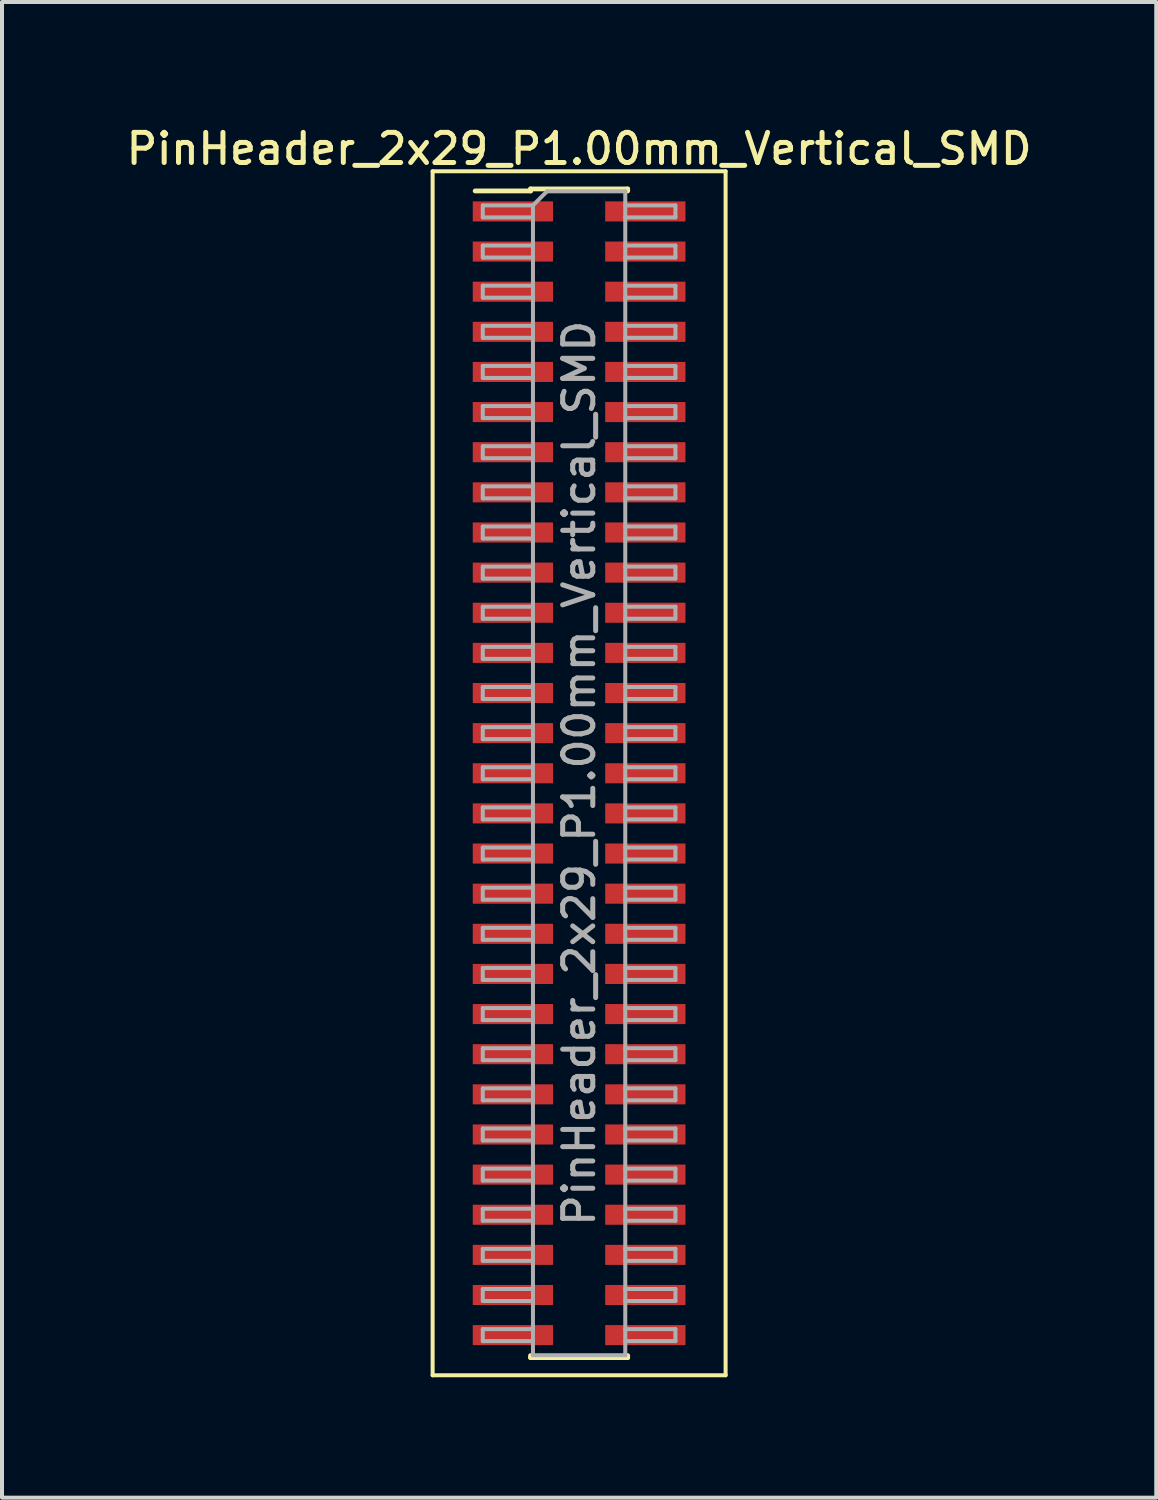
<source format=kicad_pcb>
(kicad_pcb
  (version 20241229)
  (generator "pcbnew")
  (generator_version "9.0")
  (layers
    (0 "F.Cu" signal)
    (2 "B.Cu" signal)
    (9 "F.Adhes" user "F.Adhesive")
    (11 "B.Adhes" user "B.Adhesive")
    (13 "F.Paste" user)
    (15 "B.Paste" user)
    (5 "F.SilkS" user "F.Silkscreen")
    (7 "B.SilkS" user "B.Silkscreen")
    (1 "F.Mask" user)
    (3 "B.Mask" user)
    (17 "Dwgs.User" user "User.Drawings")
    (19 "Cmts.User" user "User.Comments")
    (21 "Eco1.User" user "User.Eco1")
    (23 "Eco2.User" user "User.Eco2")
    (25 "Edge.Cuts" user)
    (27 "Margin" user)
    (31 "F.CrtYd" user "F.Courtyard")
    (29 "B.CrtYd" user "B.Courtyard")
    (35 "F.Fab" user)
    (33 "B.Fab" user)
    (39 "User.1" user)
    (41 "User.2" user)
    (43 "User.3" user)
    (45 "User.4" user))
  (footprint "PinHeader_2x29_P1.00mm_Vertical_SMD"
    (layer "F.Cu")
    (at 11.38 16.218)
    (property "Reference" "PinHeader_2x29_P1.00mm_Vertical_SMD" (at 0 -15.56 0) (layer "F.SilkS") (effects (font (size 0.75 0.75) (thickness 0.125))))
    (attr smd)
    (fp_line (start -3.65 -15) (end -3.65 15) (stroke (width 0.1) (type solid)) (layer "F.SilkS"))
    (fp_line (start -3.65 15) (end 3.65 15) (stroke (width 0.1) (type solid)) (layer "F.SilkS"))
    (fp_line (start -2.59 -14.51) (end -1.21 -14.51) (stroke (width 0.12) (type solid)) (layer "F.SilkS"))
    (fp_line (start -1.21 -14.56) (end -1.21 -14.51) (stroke (width 0.12) (type solid)) (layer "F.SilkS"))
    (fp_line (start -1.21 -14.56) (end 1.21 -14.56) (stroke (width 0.12) (type solid)) (layer "F.SilkS"))
    (fp_line (start -1.21 14.51) (end -1.21 14.56) (stroke (width 0.12) (type solid)) (layer "F.SilkS"))
    (fp_line (start -1.21 14.56) (end 1.21 14.56) (stroke (width 0.12) (type solid)) (layer "F.SilkS"))
    (fp_line (start 1.21 -14.56) (end 1.21 -14.51) (stroke (width 0.12) (type solid)) (layer "F.SilkS"))
    (fp_line (start 1.21 14.51) (end 1.21 14.56) (stroke (width 0.12) (type solid)) (layer "F.SilkS"))
    (fp_line (start 3.65 -15) (end -3.65 -15) (stroke (width 0.1) (type solid)) (layer "F.SilkS"))
    (fp_line (start 3.65 15) (end 3.65 -15) (stroke (width 0.1) (type solid)) (layer "F.SilkS"))
    (fp_line (start -2.4 -14.15) (end -2.4 -13.85) (stroke (width 0.1) (type solid)) (layer "F.Fab"))
    (fp_line (start -2.4 -13.85) (end -1.15 -13.85) (stroke (width 0.1) (type solid)) (layer "F.Fab"))
    (fp_line (start -2.4 -13.15) (end -2.4 -12.85) (stroke (width 0.1) (type solid)) (layer "F.Fab"))
    (fp_line (start -2.4 -12.85) (end -1.15 -12.85) (stroke (width 0.1) (type solid)) (layer "F.Fab"))
    (fp_line (start -2.4 -12.15) (end -2.4 -11.85) (stroke (width 0.1) (type solid)) (layer "F.Fab"))
    (fp_line (start -2.4 -11.85) (end -1.15 -11.85) (stroke (width 0.1) (type solid)) (layer "F.Fab"))
    (fp_line (start -2.4 -11.15) (end -2.4 -10.85) (stroke (width 0.1) (type solid)) (layer "F.Fab"))
    (fp_line (start -2.4 -10.85) (end -1.15 -10.85) (stroke (width 0.1) (type solid)) (layer "F.Fab"))
    (fp_line (start -2.4 -10.15) (end -2.4 -9.85) (stroke (width 0.1) (type solid)) (layer "F.Fab"))
    (fp_line (start -2.4 -9.85) (end -1.15 -9.85) (stroke (width 0.1) (type solid)) (layer "F.Fab"))
    (fp_line (start -2.4 -9.15) (end -2.4 -8.85) (stroke (width 0.1) (type solid)) (layer "F.Fab"))
    (fp_line (start -2.4 -8.85) (end -1.15 -8.85) (stroke (width 0.1) (type solid)) (layer "F.Fab"))
    (fp_line (start -2.4 -8.15) (end -2.4 -7.85) (stroke (width 0.1) (type solid)) (layer "F.Fab"))
    (fp_line (start -2.4 -7.85) (end -1.15 -7.85) (stroke (width 0.1) (type solid)) (layer "F.Fab"))
    (fp_line (start -2.4 -7.15) (end -2.4 -6.85) (stroke (width 0.1) (type solid)) (layer "F.Fab"))
    (fp_line (start -2.4 -6.85) (end -1.15 -6.85) (stroke (width 0.1) (type solid)) (layer "F.Fab"))
    (fp_line (start -2.4 -6.15) (end -2.4 -5.85) (stroke (width 0.1) (type solid)) (layer "F.Fab"))
    (fp_line (start -2.4 -5.85) (end -1.15 -5.85) (stroke (width 0.1) (type solid)) (layer "F.Fab"))
    (fp_line (start -2.4 -5.15) (end -2.4 -4.85) (stroke (width 0.1) (type solid)) (layer "F.Fab"))
    (fp_line (start -2.4 -4.85) (end -1.15 -4.85) (stroke (width 0.1) (type solid)) (layer "F.Fab"))
    (fp_line (start -2.4 -4.15) (end -2.4 -3.85) (stroke (width 0.1) (type solid)) (layer "F.Fab"))
    (fp_line (start -2.4 -3.85) (end -1.15 -3.85) (stroke (width 0.1) (type solid)) (layer "F.Fab"))
    (fp_line (start -2.4 -3.15) (end -2.4 -2.85) (stroke (width 0.1) (type solid)) (layer "F.Fab"))
    (fp_line (start -2.4 -2.85) (end -1.15 -2.85) (stroke (width 0.1) (type solid)) (layer "F.Fab"))
    (fp_line (start -2.4 -2.15) (end -2.4 -1.85) (stroke (width 0.1) (type solid)) (layer "F.Fab"))
    (fp_line (start -2.4 -1.85) (end -1.15 -1.85) (stroke (width 0.1) (type solid)) (layer "F.Fab"))
    (fp_line (start -2.4 -1.15) (end -2.4 -0.85) (stroke (width 0.1) (type solid)) (layer "F.Fab"))
    (fp_line (start -2.4 -0.85) (end -1.15 -0.85) (stroke (width 0.1) (type solid)) (layer "F.Fab"))
    (fp_line (start -2.4 -0.15) (end -2.4 0.15) (stroke (width 0.1) (type solid)) (layer "F.Fab"))
    (fp_line (start -2.4 0.15) (end -1.15 0.15) (stroke (width 0.1) (type solid)) (layer "F.Fab"))
    (fp_line (start -2.4 0.85) (end -2.4 1.15) (stroke (width 0.1) (type solid)) (layer "F.Fab"))
    (fp_line (start -2.4 1.15) (end -1.15 1.15) (stroke (width 0.1) (type solid)) (layer "F.Fab"))
    (fp_line (start -2.4 1.85) (end -2.4 2.15) (stroke (width 0.1) (type solid)) (layer "F.Fab"))
    (fp_line (start -2.4 2.15) (end -1.15 2.15) (stroke (width 0.1) (type solid)) (layer "F.Fab"))
    (fp_line (start -2.4 2.85) (end -2.4 3.15) (stroke (width 0.1) (type solid)) (layer "F.Fab"))
    (fp_line (start -2.4 3.15) (end -1.15 3.15) (stroke (width 0.1) (type solid)) (layer "F.Fab"))
    (fp_line (start -2.4 3.85) (end -2.4 4.15) (stroke (width 0.1) (type solid)) (layer "F.Fab"))
    (fp_line (start -2.4 4.15) (end -1.15 4.15) (stroke (width 0.1) (type solid)) (layer "F.Fab"))
    (fp_line (start -2.4 4.85) (end -2.4 5.15) (stroke (width 0.1) (type solid)) (layer "F.Fab"))
    (fp_line (start -2.4 5.15) (end -1.15 5.15) (stroke (width 0.1) (type solid)) (layer "F.Fab"))
    (fp_line (start -2.4 5.85) (end -2.4 6.15) (stroke (width 0.1) (type solid)) (layer "F.Fab"))
    (fp_line (start -2.4 6.15) (end -1.15 6.15) (stroke (width 0.1) (type solid)) (layer "F.Fab"))
    (fp_line (start -2.4 6.85) (end -2.4 7.15) (stroke (width 0.1) (type solid)) (layer "F.Fab"))
    (fp_line (start -2.4 7.15) (end -1.15 7.15) (stroke (width 0.1) (type solid)) (layer "F.Fab"))
    (fp_line (start -2.4 7.85) (end -2.4 8.15) (stroke (width 0.1) (type solid)) (layer "F.Fab"))
    (fp_line (start -2.4 8.15) (end -1.15 8.15) (stroke (width 0.1) (type solid)) (layer "F.Fab"))
    (fp_line (start -2.4 8.85) (end -2.4 9.15) (stroke (width 0.1) (type solid)) (layer "F.Fab"))
    (fp_line (start -2.4 9.15) (end -1.15 9.15) (stroke (width 0.1) (type solid)) (layer "F.Fab"))
    (fp_line (start -2.4 9.85) (end -2.4 10.15) (stroke (width 0.1) (type solid)) (layer "F.Fab"))
    (fp_line (start -2.4 10.15) (end -1.15 10.15) (stroke (width 0.1) (type solid)) (layer "F.Fab"))
    (fp_line (start -2.4 10.85) (end -2.4 11.15) (stroke (width 0.1) (type solid)) (layer "F.Fab"))
    (fp_line (start -2.4 11.15) (end -1.15 11.15) (stroke (width 0.1) (type solid)) (layer "F.Fab"))
    (fp_line (start -2.4 11.85) (end -2.4 12.15) (stroke (width 0.1) (type solid)) (layer "F.Fab"))
    (fp_line (start -2.4 12.15) (end -1.15 12.15) (stroke (width 0.1) (type solid)) (layer "F.Fab"))
    (fp_line (start -2.4 12.85) (end -2.4 13.15) (stroke (width 0.1) (type solid)) (layer "F.Fab"))
    (fp_line (start -2.4 13.15) (end -1.15 13.15) (stroke (width 0.1) (type solid)) (layer "F.Fab"))
    (fp_line (start -2.4 13.85) (end -2.4 14.15) (stroke (width 0.1) (type solid)) (layer "F.Fab"))
    (fp_line (start -2.4 14.15) (end -1.15 14.15) (stroke (width 0.1) (type solid)) (layer "F.Fab"))
    (fp_line (start -1.15 -14.15) (end -2.4 -14.15) (stroke (width 0.1) (type solid)) (layer "F.Fab"))
    (fp_line (start -1.15 -14.15) (end -0.8 -14.5) (stroke (width 0.1) (type solid)) (layer "F.Fab"))
    (fp_line (start -1.15 -13.15) (end -2.4 -13.15) (stroke (width 0.1) (type solid)) (layer "F.Fab"))
    (fp_line (start -1.15 -12.15) (end -2.4 -12.15) (stroke (width 0.1) (type solid)) (layer "F.Fab"))
    (fp_line (start -1.15 -11.15) (end -2.4 -11.15) (stroke (width 0.1) (type solid)) (layer "F.Fab"))
    (fp_line (start -1.15 -10.15) (end -2.4 -10.15) (stroke (width 0.1) (type solid)) (layer "F.Fab"))
    (fp_line (start -1.15 -9.15) (end -2.4 -9.15) (stroke (width 0.1) (type solid)) (layer "F.Fab"))
    (fp_line (start -1.15 -8.15) (end -2.4 -8.15) (stroke (width 0.1) (type solid)) (layer "F.Fab"))
    (fp_line (start -1.15 -7.15) (end -2.4 -7.15) (stroke (width 0.1) (type solid)) (layer "F.Fab"))
    (fp_line (start -1.15 -6.15) (end -2.4 -6.15) (stroke (width 0.1) (type solid)) (layer "F.Fab"))
    (fp_line (start -1.15 -5.15) (end -2.4 -5.15) (stroke (width 0.1) (type solid)) (layer "F.Fab"))
    (fp_line (start -1.15 -4.15) (end -2.4 -4.15) (stroke (width 0.1) (type solid)) (layer "F.Fab"))
    (fp_line (start -1.15 -3.15) (end -2.4 -3.15) (stroke (width 0.1) (type solid)) (layer "F.Fab"))
    (fp_line (start -1.15 -2.15) (end -2.4 -2.15) (stroke (width 0.1) (type solid)) (layer "F.Fab"))
    (fp_line (start -1.15 -1.15) (end -2.4 -1.15) (stroke (width 0.1) (type solid)) (layer "F.Fab"))
    (fp_line (start -1.15 -0.15) (end -2.4 -0.15) (stroke (width 0.1) (type solid)) (layer "F.Fab"))
    (fp_line (start -1.15 0.85) (end -2.4 0.85) (stroke (width 0.1) (type solid)) (layer "F.Fab"))
    (fp_line (start -1.15 1.85) (end -2.4 1.85) (stroke (width 0.1) (type solid)) (layer "F.Fab"))
    (fp_line (start -1.15 2.85) (end -2.4 2.85) (stroke (width 0.1) (type solid)) (layer "F.Fab"))
    (fp_line (start -1.15 3.85) (end -2.4 3.85) (stroke (width 0.1) (type solid)) (layer "F.Fab"))
    (fp_line (start -1.15 4.85) (end -2.4 4.85) (stroke (width 0.1) (type solid)) (layer "F.Fab"))
    (fp_line (start -1.15 5.85) (end -2.4 5.85) (stroke (width 0.1) (type solid)) (layer "F.Fab"))
    (fp_line (start -1.15 6.85) (end -2.4 6.85) (stroke (width 0.1) (type solid)) (layer "F.Fab"))
    (fp_line (start -1.15 7.85) (end -2.4 7.85) (stroke (width 0.1) (type solid)) (layer "F.Fab"))
    (fp_line (start -1.15 8.85) (end -2.4 8.85) (stroke (width 0.1) (type solid)) (layer "F.Fab"))
    (fp_line (start -1.15 9.85) (end -2.4 9.85) (stroke (width 0.1) (type solid)) (layer "F.Fab"))
    (fp_line (start -1.15 10.85) (end -2.4 10.85) (stroke (width 0.1) (type solid)) (layer "F.Fab"))
    (fp_line (start -1.15 11.85) (end -2.4 11.85) (stroke (width 0.1) (type solid)) (layer "F.Fab"))
    (fp_line (start -1.15 12.85) (end -2.4 12.85) (stroke (width 0.1) (type solid)) (layer "F.Fab"))
    (fp_line (start -1.15 13.85) (end -2.4 13.85) (stroke (width 0.1) (type solid)) (layer "F.Fab"))
    (fp_line (start -1.15 14.5) (end -1.15 -14.15) (stroke (width 0.1) (type solid)) (layer "F.Fab"))
    (fp_line (start -0.8 -14.5) (end 1.15 -14.5) (stroke (width 0.1) (type solid)) (layer "F.Fab"))
    (fp_line (start 1.15 -14.5) (end 1.15 14.5) (stroke (width 0.1) (type solid)) (layer "F.Fab"))
    (fp_line (start 1.15 -14.15) (end 2.4 -14.15) (stroke (width 0.1) (type solid)) (layer "F.Fab"))
    (fp_line (start 1.15 -13.15) (end 2.4 -13.15) (stroke (width 0.1) (type solid)) (layer "F.Fab"))
    (fp_line (start 1.15 -12.15) (end 2.4 -12.15) (stroke (width 0.1) (type solid)) (layer "F.Fab"))
    (fp_line (start 1.15 -11.15) (end 2.4 -11.15) (stroke (width 0.1) (type solid)) (layer "F.Fab"))
    (fp_line (start 1.15 -10.15) (end 2.4 -10.15) (stroke (width 0.1) (type solid)) (layer "F.Fab"))
    (fp_line (start 1.15 -9.15) (end 2.4 -9.15) (stroke (width 0.1) (type solid)) (layer "F.Fab"))
    (fp_line (start 1.15 -8.15) (end 2.4 -8.15) (stroke (width 0.1) (type solid)) (layer "F.Fab"))
    (fp_line (start 1.15 -7.15) (end 2.4 -7.15) (stroke (width 0.1) (type solid)) (layer "F.Fab"))
    (fp_line (start 1.15 -6.15) (end 2.4 -6.15) (stroke (width 0.1) (type solid)) (layer "F.Fab"))
    (fp_line (start 1.15 -5.15) (end 2.4 -5.15) (stroke (width 0.1) (type solid)) (layer "F.Fab"))
    (fp_line (start 1.15 -4.15) (end 2.4 -4.15) (stroke (width 0.1) (type solid)) (layer "F.Fab"))
    (fp_line (start 1.15 -3.15) (end 2.4 -3.15) (stroke (width 0.1) (type solid)) (layer "F.Fab"))
    (fp_line (start 1.15 -2.15) (end 2.4 -2.15) (stroke (width 0.1) (type solid)) (layer "F.Fab"))
    (fp_line (start 1.15 -1.15) (end 2.4 -1.15) (stroke (width 0.1) (type solid)) (layer "F.Fab"))
    (fp_line (start 1.15 -0.15) (end 2.4 -0.15) (stroke (width 0.1) (type solid)) (layer "F.Fab"))
    (fp_line (start 1.15 0.85) (end 2.4 0.85) (stroke (width 0.1) (type solid)) (layer "F.Fab"))
    (fp_line (start 1.15 1.85) (end 2.4 1.85) (stroke (width 0.1) (type solid)) (layer "F.Fab"))
    (fp_line (start 1.15 2.85) (end 2.4 2.85) (stroke (width 0.1) (type solid)) (layer "F.Fab"))
    (fp_line (start 1.15 3.85) (end 2.4 3.85) (stroke (width 0.1) (type solid)) (layer "F.Fab"))
    (fp_line (start 1.15 4.85) (end 2.4 4.85) (stroke (width 0.1) (type solid)) (layer "F.Fab"))
    (fp_line (start 1.15 5.85) (end 2.4 5.85) (stroke (width 0.1) (type solid)) (layer "F.Fab"))
    (fp_line (start 1.15 6.85) (end 2.4 6.85) (stroke (width 0.1) (type solid)) (layer "F.Fab"))
    (fp_line (start 1.15 7.85) (end 2.4 7.85) (stroke (width 0.1) (type solid)) (layer "F.Fab"))
    (fp_line (start 1.15 8.85) (end 2.4 8.85) (stroke (width 0.1) (type solid)) (layer "F.Fab"))
    (fp_line (start 1.15 9.85) (end 2.4 9.85) (stroke (width 0.1) (type solid)) (layer "F.Fab"))
    (fp_line (start 1.15 10.85) (end 2.4 10.85) (stroke (width 0.1) (type solid)) (layer "F.Fab"))
    (fp_line (start 1.15 11.85) (end 2.4 11.85) (stroke (width 0.1) (type solid)) (layer "F.Fab"))
    (fp_line (start 1.15 12.85) (end 2.4 12.85) (stroke (width 0.1) (type solid)) (layer "F.Fab"))
    (fp_line (start 1.15 13.85) (end 2.4 13.85) (stroke (width 0.1) (type solid)) (layer "F.Fab"))
    (fp_line (start 1.15 14.5) (end -1.15 14.5) (stroke (width 0.1) (type solid)) (layer "F.Fab"))
    (fp_line (start 2.4 -14.15) (end 2.4 -13.85) (stroke (width 0.1) (type solid)) (layer "F.Fab"))
    (fp_line (start 2.4 -13.85) (end 1.15 -13.85) (stroke (width 0.1) (type solid)) (layer "F.Fab"))
    (fp_line (start 2.4 -13.15) (end 2.4 -12.85) (stroke (width 0.1) (type solid)) (layer "F.Fab"))
    (fp_line (start 2.4 -12.85) (end 1.15 -12.85) (stroke (width 0.1) (type solid)) (layer "F.Fab"))
    (fp_line (start 2.4 -12.15) (end 2.4 -11.85) (stroke (width 0.1) (type solid)) (layer "F.Fab"))
    (fp_line (start 2.4 -11.85) (end 1.15 -11.85) (stroke (width 0.1) (type solid)) (layer "F.Fab"))
    (fp_line (start 2.4 -11.15) (end 2.4 -10.85) (stroke (width 0.1) (type solid)) (layer "F.Fab"))
    (fp_line (start 2.4 -10.85) (end 1.15 -10.85) (stroke (width 0.1) (type solid)) (layer "F.Fab"))
    (fp_line (start 2.4 -10.15) (end 2.4 -9.85) (stroke (width 0.1) (type solid)) (layer "F.Fab"))
    (fp_line (start 2.4 -9.85) (end 1.15 -9.85) (stroke (width 0.1) (type solid)) (layer "F.Fab"))
    (fp_line (start 2.4 -9.15) (end 2.4 -8.85) (stroke (width 0.1) (type solid)) (layer "F.Fab"))
    (fp_line (start 2.4 -8.85) (end 1.15 -8.85) (stroke (width 0.1) (type solid)) (layer "F.Fab"))
    (fp_line (start 2.4 -8.15) (end 2.4 -7.85) (stroke (width 0.1) (type solid)) (layer "F.Fab"))
    (fp_line (start 2.4 -7.85) (end 1.15 -7.85) (stroke (width 0.1) (type solid)) (layer "F.Fab"))
    (fp_line (start 2.4 -7.15) (end 2.4 -6.85) (stroke (width 0.1) (type solid)) (layer "F.Fab"))
    (fp_line (start 2.4 -6.85) (end 1.15 -6.85) (stroke (width 0.1) (type solid)) (layer "F.Fab"))
    (fp_line (start 2.4 -6.15) (end 2.4 -5.85) (stroke (width 0.1) (type solid)) (layer "F.Fab"))
    (fp_line (start 2.4 -5.85) (end 1.15 -5.85) (stroke (width 0.1) (type solid)) (layer "F.Fab"))
    (fp_line (start 2.4 -5.15) (end 2.4 -4.85) (stroke (width 0.1) (type solid)) (layer "F.Fab"))
    (fp_line (start 2.4 -4.85) (end 1.15 -4.85) (stroke (width 0.1) (type solid)) (layer "F.Fab"))
    (fp_line (start 2.4 -4.15) (end 2.4 -3.85) (stroke (width 0.1) (type solid)) (layer "F.Fab"))
    (fp_line (start 2.4 -3.85) (end 1.15 -3.85) (stroke (width 0.1) (type solid)) (layer "F.Fab"))
    (fp_line (start 2.4 -3.15) (end 2.4 -2.85) (stroke (width 0.1) (type solid)) (layer "F.Fab"))
    (fp_line (start 2.4 -2.85) (end 1.15 -2.85) (stroke (width 0.1) (type solid)) (layer "F.Fab"))
    (fp_line (start 2.4 -2.15) (end 2.4 -1.85) (stroke (width 0.1) (type solid)) (layer "F.Fab"))
    (fp_line (start 2.4 -1.85) (end 1.15 -1.85) (stroke (width 0.1) (type solid)) (layer "F.Fab"))
    (fp_line (start 2.4 -1.15) (end 2.4 -0.85) (stroke (width 0.1) (type solid)) (layer "F.Fab"))
    (fp_line (start 2.4 -0.85) (end 1.15 -0.85) (stroke (width 0.1) (type solid)) (layer "F.Fab"))
    (fp_line (start 2.4 -0.15) (end 2.4 0.15) (stroke (width 0.1) (type solid)) (layer "F.Fab"))
    (fp_line (start 2.4 0.15) (end 1.15 0.15) (stroke (width 0.1) (type solid)) (layer "F.Fab"))
    (fp_line (start 2.4 0.85) (end 2.4 1.15) (stroke (width 0.1) (type solid)) (layer "F.Fab"))
    (fp_line (start 2.4 1.15) (end 1.15 1.15) (stroke (width 0.1) (type solid)) (layer "F.Fab"))
    (fp_line (start 2.4 1.85) (end 2.4 2.15) (stroke (width 0.1) (type solid)) (layer "F.Fab"))
    (fp_line (start 2.4 2.15) (end 1.15 2.15) (stroke (width 0.1) (type solid)) (layer "F.Fab"))
    (fp_line (start 2.4 2.85) (end 2.4 3.15) (stroke (width 0.1) (type solid)) (layer "F.Fab"))
    (fp_line (start 2.4 3.15) (end 1.15 3.15) (stroke (width 0.1) (type solid)) (layer "F.Fab"))
    (fp_line (start 2.4 3.85) (end 2.4 4.15) (stroke (width 0.1) (type solid)) (layer "F.Fab"))
    (fp_line (start 2.4 4.15) (end 1.15 4.15) (stroke (width 0.1) (type solid)) (layer "F.Fab"))
    (fp_line (start 2.4 4.85) (end 2.4 5.15) (stroke (width 0.1) (type solid)) (layer "F.Fab"))
    (fp_line (start 2.4 5.15) (end 1.15 5.15) (stroke (width 0.1) (type solid)) (layer "F.Fab"))
    (fp_line (start 2.4 5.85) (end 2.4 6.15) (stroke (width 0.1) (type solid)) (layer "F.Fab"))
    (fp_line (start 2.4 6.15) (end 1.15 6.15) (stroke (width 0.1) (type solid)) (layer "F.Fab"))
    (fp_line (start 2.4 6.85) (end 2.4 7.15) (stroke (width 0.1) (type solid)) (layer "F.Fab"))
    (fp_line (start 2.4 7.15) (end 1.15 7.15) (stroke (width 0.1) (type solid)) (layer "F.Fab"))
    (fp_line (start 2.4 7.85) (end 2.4 8.15) (stroke (width 0.1) (type solid)) (layer "F.Fab"))
    (fp_line (start 2.4 8.15) (end 1.15 8.15) (stroke (width 0.1) (type solid)) (layer "F.Fab"))
    (fp_line (start 2.4 8.85) (end 2.4 9.15) (stroke (width 0.1) (type solid)) (layer "F.Fab"))
    (fp_line (start 2.4 9.15) (end 1.15 9.15) (stroke (width 0.1) (type solid)) (layer "F.Fab"))
    (fp_line (start 2.4 9.85) (end 2.4 10.15) (stroke (width 0.1) (type solid)) (layer "F.Fab"))
    (fp_line (start 2.4 10.15) (end 1.15 10.15) (stroke (width 0.1) (type solid)) (layer "F.Fab"))
    (fp_line (start 2.4 10.85) (end 2.4 11.15) (stroke (width 0.1) (type solid)) (layer "F.Fab"))
    (fp_line (start 2.4 11.15) (end 1.15 11.15) (stroke (width 0.1) (type solid)) (layer "F.Fab"))
    (fp_line (start 2.4 11.85) (end 2.4 12.15) (stroke (width 0.1) (type solid)) (layer "F.Fab"))
    (fp_line (start 2.4 12.15) (end 1.15 12.15) (stroke (width 0.1) (type solid)) (layer "F.Fab"))
    (fp_line (start 2.4 12.85) (end 2.4 13.15) (stroke (width 0.1) (type solid)) (layer "F.Fab"))
    (fp_line (start 2.4 13.15) (end 1.15 13.15) (stroke (width 0.1) (type solid)) (layer "F.Fab"))
    (fp_line (start 2.4 13.85) (end 2.4 14.15) (stroke (width 0.1) (type solid)) (layer "F.Fab"))
    (fp_line (start 2.4 14.15) (end 1.15 14.15) (stroke (width 0.1) (type solid)) (layer "F.Fab"))
    (fp_text user "${REFERENCE}" (at 0 0 90) (layer "F.Fab") (effects (font (size 0.75 0.75) (thickness 0.125))))
    (pad "1" smd rect (at -1.65 -14) (size 2 0.5) (layers "F.Cu" "F.Mask" "F.Paste"))
    (pad "2" smd rect (at 1.65 -14) (size 2 0.5) (layers "F.Cu" "F.Mask" "F.Paste"))
    (pad "3" smd rect (at -1.65 -13) (size 2 0.5) (layers "F.Cu" "F.Mask" "F.Paste"))
    (pad "4" smd rect (at 1.65 -13) (size 2 0.5) (layers "F.Cu" "F.Mask" "F.Paste"))
    (pad "5" smd rect (at -1.65 -12) (size 2 0.5) (layers "F.Cu" "F.Mask" "F.Paste"))
    (pad "6" smd rect (at 1.65 -12) (size 2 0.5) (layers "F.Cu" "F.Mask" "F.Paste"))
    (pad "7" smd rect (at -1.65 -11) (size 2 0.5) (layers "F.Cu" "F.Mask" "F.Paste"))
    (pad "8" smd rect (at 1.65 -11) (size 2 0.5) (layers "F.Cu" "F.Mask" "F.Paste"))
    (pad "9" smd rect (at -1.65 -10) (size 2 0.5) (layers "F.Cu" "F.Mask" "F.Paste"))
    (pad "10" smd rect (at 1.65 -10) (size 2 0.5) (layers "F.Cu" "F.Mask" "F.Paste"))
    (pad "11" smd rect (at -1.65 -9) (size 2 0.5) (layers "F.Cu" "F.Mask" "F.Paste"))
    (pad "12" smd rect (at 1.65 -9) (size 2 0.5) (layers "F.Cu" "F.Mask" "F.Paste"))
    (pad "13" smd rect (at -1.65 -8) (size 2 0.5) (layers "F.Cu" "F.Mask" "F.Paste"))
    (pad "14" smd rect (at 1.65 -8) (size 2 0.5) (layers "F.Cu" "F.Mask" "F.Paste"))
    (pad "15" smd rect (at -1.65 -7) (size 2 0.5) (layers "F.Cu" "F.Mask" "F.Paste"))
    (pad "16" smd rect (at 1.65 -7) (size 2 0.5) (layers "F.Cu" "F.Mask" "F.Paste"))
    (pad "17" smd rect (at -1.65 -6) (size 2 0.5) (layers "F.Cu" "F.Mask" "F.Paste"))
    (pad "18" smd rect (at 1.65 -6) (size 2 0.5) (layers "F.Cu" "F.Mask" "F.Paste"))
    (pad "19" smd rect (at -1.65 -5) (size 2 0.5) (layers "F.Cu" "F.Mask" "F.Paste"))
    (pad "20" smd rect (at 1.65 -5) (size 2 0.5) (layers "F.Cu" "F.Mask" "F.Paste"))
    (pad "21" smd rect (at -1.65 -4) (size 2 0.5) (layers "F.Cu" "F.Mask" "F.Paste"))
    (pad "22" smd rect (at 1.65 -4) (size 2 0.5) (layers "F.Cu" "F.Mask" "F.Paste"))
    (pad "23" smd rect (at -1.65 -3) (size 2 0.5) (layers "F.Cu" "F.Mask" "F.Paste"))
    (pad "24" smd rect (at 1.65 -3) (size 2 0.5) (layers "F.Cu" "F.Mask" "F.Paste"))
    (pad "25" smd rect (at -1.65 -2) (size 2 0.5) (layers "F.Cu" "F.Mask" "F.Paste"))
    (pad "26" smd rect (at 1.65 -2) (size 2 0.5) (layers "F.Cu" "F.Mask" "F.Paste"))
    (pad "27" smd rect (at -1.65 -1) (size 2 0.5) (layers "F.Cu" "F.Mask" "F.Paste"))
    (pad "28" smd rect (at 1.65 -1) (size 2 0.5) (layers "F.Cu" "F.Mask" "F.Paste"))
    (pad "29" smd rect (at -1.65 0) (size 2 0.5) (layers "F.Cu" "F.Mask" "F.Paste"))
    (pad "30" smd rect (at 1.65 0) (size 2 0.5) (layers "F.Cu" "F.Mask" "F.Paste"))
    (pad "31" smd rect (at -1.65 1) (size 2 0.5) (layers "F.Cu" "F.Mask" "F.Paste"))
    (pad "32" smd rect (at 1.65 1) (size 2 0.5) (layers "F.Cu" "F.Mask" "F.Paste"))
    (pad "33" smd rect (at -1.65 2) (size 2 0.5) (layers "F.Cu" "F.Mask" "F.Paste"))
    (pad "34" smd rect (at 1.65 2) (size 2 0.5) (layers "F.Cu" "F.Mask" "F.Paste"))
    (pad "35" smd rect (at -1.65 3) (size 2 0.5) (layers "F.Cu" "F.Mask" "F.Paste"))
    (pad "36" smd rect (at 1.65 3) (size 2 0.5) (layers "F.Cu" "F.Mask" "F.Paste"))
    (pad "37" smd rect (at -1.65 4) (size 2 0.5) (layers "F.Cu" "F.Mask" "F.Paste"))
    (pad "38" smd rect (at 1.65 4) (size 2 0.5) (layers "F.Cu" "F.Mask" "F.Paste"))
    (pad "39" smd rect (at -1.65 5) (size 2 0.5) (layers "F.Cu" "F.Mask" "F.Paste"))
    (pad "40" smd rect (at 1.65 5) (size 2 0.5) (layers "F.Cu" "F.Mask" "F.Paste"))
    (pad "41" smd rect (at -1.65 6) (size 2 0.5) (layers "F.Cu" "F.Mask" "F.Paste"))
    (pad "42" smd rect (at 1.65 6) (size 2 0.5) (layers "F.Cu" "F.Mask" "F.Paste"))
    (pad "43" smd rect (at -1.65 7) (size 2 0.5) (layers "F.Cu" "F.Mask" "F.Paste"))
    (pad "44" smd rect (at 1.65 7) (size 2 0.5) (layers "F.Cu" "F.Mask" "F.Paste"))
    (pad "45" smd rect (at -1.65 8) (size 2 0.5) (layers "F.Cu" "F.Mask" "F.Paste"))
    (pad "46" smd rect (at 1.65 8) (size 2 0.5) (layers "F.Cu" "F.Mask" "F.Paste"))
    (pad "47" smd rect (at -1.65 9) (size 2 0.5) (layers "F.Cu" "F.Mask" "F.Paste"))
    (pad "48" smd rect (at 1.65 9) (size 2 0.5) (layers "F.Cu" "F.Mask" "F.Paste"))
    (pad "49" smd rect (at -1.65 10) (size 2 0.5) (layers "F.Cu" "F.Mask" "F.Paste"))
    (pad "50" smd rect (at 1.65 10) (size 2 0.5) (layers "F.Cu" "F.Mask" "F.Paste"))
    (pad "51" smd rect (at -1.65 11) (size 2 0.5) (layers "F.Cu" "F.Mask" "F.Paste"))
    (pad "52" smd rect (at 1.65 11) (size 2 0.5) (layers "F.Cu" "F.Mask" "F.Paste"))
    (pad "53" smd rect (at -1.65 12) (size 2 0.5) (layers "F.Cu" "F.Mask" "F.Paste"))
    (pad "54" smd rect (at 1.65 12) (size 2 0.5) (layers "F.Cu" "F.Mask" "F.Paste"))
    (pad "55" smd rect (at -1.65 13) (size 2 0.5) (layers "F.Cu" "F.Mask" "F.Paste"))
    (pad "56" smd rect (at 1.65 13) (size 2 0.5) (layers "F.Cu" "F.Mask" "F.Paste"))
    (pad "57" smd rect (at -1.65 14) (size 2 0.5) (layers "F.Cu" "F.Mask" "F.Paste"))
    (pad "58" smd rect (at 1.65 14) (size 2 0.5) (layers "F.Cu" "F.Mask" "F.Paste")))
  (gr_rect
    (start -3 -3)
    (end 25.761 34.268)
    (stroke (width 0.1) (type default))
    (fill no)
    (layer "Edge.Cuts")))
</source>
